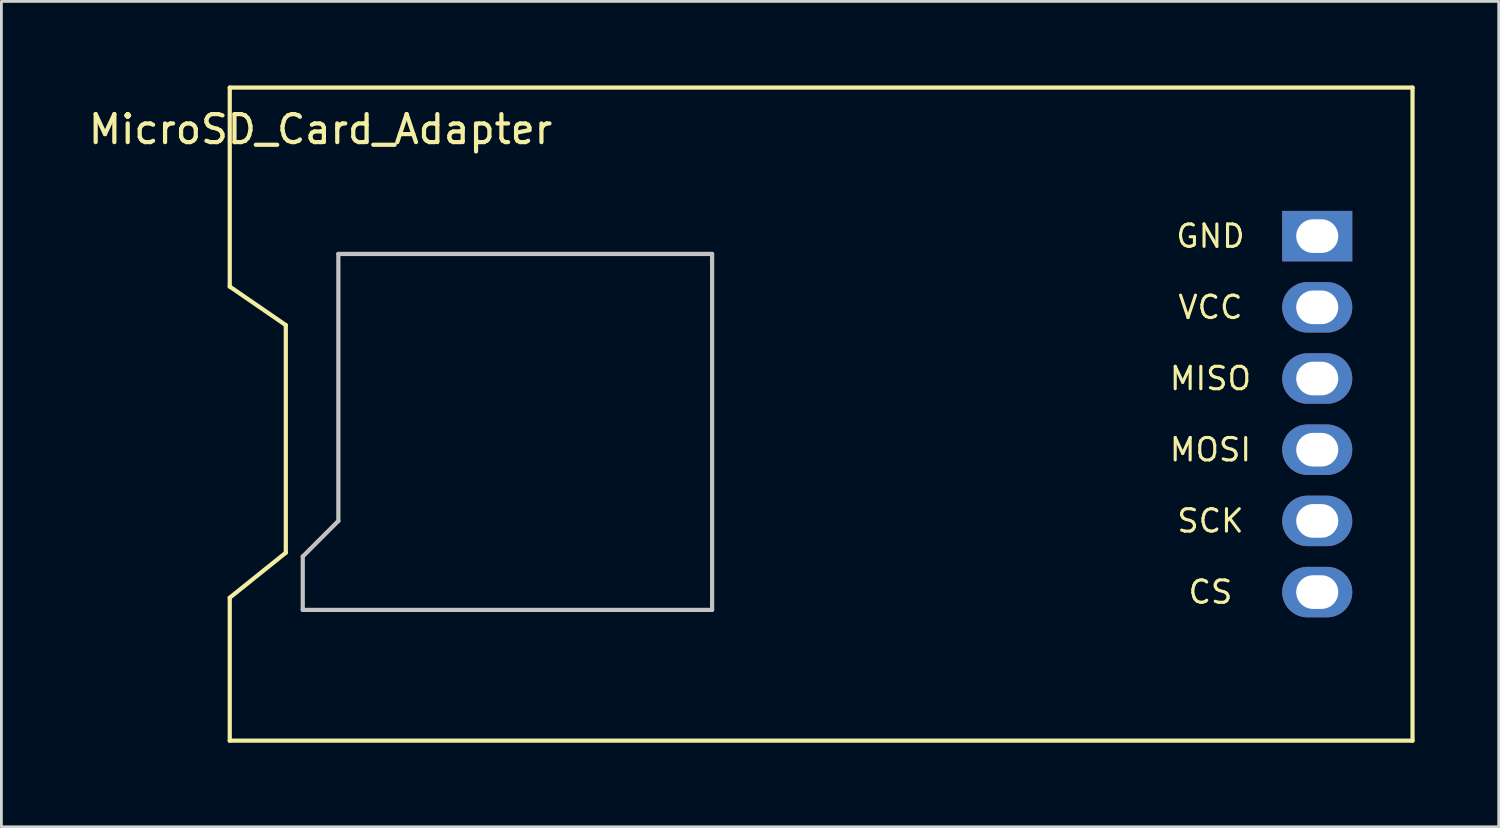
<source format=kicad_pcb>
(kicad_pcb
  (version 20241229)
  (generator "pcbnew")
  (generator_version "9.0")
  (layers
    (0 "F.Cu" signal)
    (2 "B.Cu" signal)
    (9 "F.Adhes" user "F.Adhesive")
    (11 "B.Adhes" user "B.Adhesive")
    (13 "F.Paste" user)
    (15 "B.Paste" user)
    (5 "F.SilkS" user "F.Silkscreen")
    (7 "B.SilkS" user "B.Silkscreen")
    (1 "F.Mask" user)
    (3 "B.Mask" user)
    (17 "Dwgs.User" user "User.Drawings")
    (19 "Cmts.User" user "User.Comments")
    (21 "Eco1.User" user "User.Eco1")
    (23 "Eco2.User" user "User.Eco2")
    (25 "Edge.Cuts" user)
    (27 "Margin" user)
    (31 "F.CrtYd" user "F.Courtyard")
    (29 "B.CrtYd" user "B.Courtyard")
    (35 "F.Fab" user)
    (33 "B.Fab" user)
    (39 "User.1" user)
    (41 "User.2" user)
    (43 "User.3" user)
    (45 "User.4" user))
  (footprint "MicroSD_Card_Adapter"
    (layer "F.Cu")
    (at 43.947 11.725)
    (property "Reference" "MicroSD_Card_Adapter" (at -35.56 -10.16 0) (layer "F.SilkS") (effects (font (size 1 1) (thickness 0.15))))
    (attr through_hole)
    (fp_line (start -38.8 -11.65) (end -38.8 -4.55) (stroke (width 0.15) (type solid)) (layer "F.SilkS"))
    (fp_line (start -38.8 -4.55) (end -36.8 -3.175) (stroke (width 0.15) (type solid)) (layer "F.SilkS"))
    (fp_line (start -38.8 6.55) (end -36.8 4.945) (stroke (width 0.15) (type solid)) (layer "F.SilkS"))
    (fp_line (start -38.8 11.65) (end -38.8 6.55) (stroke (width 0.15) (type solid)) (layer "F.SilkS"))
    (fp_line (start -36.8 4.945) (end -36.8 -3.175) (stroke (width 0.15) (type solid)) (layer "F.SilkS"))
    (fp_line (start 3.4 -11.65) (end -38.8 -11.65) (stroke (width 0.15) (type solid)) (layer "F.SilkS"))
    (fp_line (start 3.4 -11.65) (end 3.4 11.65) (stroke (width 0.15) (type solid)) (layer "F.SilkS"))
    (fp_line (start 3.4 11.65) (end -38.8 11.65) (stroke (width 0.15) (type solid)) (layer "F.SilkS"))
    (fp_line (start -36.195 5.08) (end -36.195 6.985) (stroke (width 0.15) (type solid)) (layer "Dwgs.User"))
    (fp_line (start -36.195 6.985) (end -21.59 6.985) (stroke (width 0.15) (type solid)) (layer "Dwgs.User"))
    (fp_line (start -34.925 -5.715) (end -34.925 3.81) (stroke (width 0.15) (type solid)) (layer "Dwgs.User"))
    (fp_line (start -34.925 3.81) (end -36.195 5.08) (stroke (width 0.15) (type solid)) (layer "Dwgs.User"))
    (fp_line (start -21.59 -5.715) (end -34.925 -5.715) (stroke (width 0.15) (type solid)) (layer "Dwgs.User"))
    (fp_line (start -21.59 6.985) (end -21.59 -5.715) (stroke (width 0.15) (type solid)) (layer "Dwgs.User"))
    (fp_text user "CS" (at -3.81 6.35 0) (layer "F.SilkS") (effects (font (size 0.8 0.8) (thickness 0.11))))
    (fp_text user "SCK" (at -3.81 3.81 0) (layer "F.SilkS") (effects (font (size 0.8 0.8) (thickness 0.11))))
    (fp_text user "VCC" (at -3.81 -3.81 0) (layer "F.SilkS") (effects (font (size 0.8 0.8) (thickness 0.11))))
    (fp_text user "MISO" (at -3.81 -1.27 0) (layer "F.SilkS") (effects (font (size 0.8 0.8) (thickness 0.11))))
    (fp_text user "GND" (at -3.81 -6.35 0) (layer "F.SilkS") (effects (font (size 0.8 0.8) (thickness 0.11))))
    (fp_text user "MOSI" (at -3.81 1.27 0) (layer "F.SilkS") (effects (font (size 0.8 0.8) (thickness 0.11))))
    (pad "1" thru_hole oval (at 0 6.35) (size 2.5 1.8) (drill oval 1.5 1.2) (layers "*.Cu" "*.Mask"))
    (pad "2" thru_hole oval (at 0 3.81) (size 2.5 1.8) (drill oval 1.5 1.2) (layers "*.Cu" "*.Mask"))
    (pad "3" thru_hole oval (at 0 1.27) (size 2.5 1.8) (drill oval 1.5 1.2) (layers "*.Cu" "*.Mask"))
    (pad "4" thru_hole oval (at 0 -1.27) (size 2.5 1.8) (drill oval 1.5 1.2) (layers "*.Cu" "*.Mask"))
    (pad "5" thru_hole oval (at 0 -3.81) (size 2.5 1.8) (drill oval 1.5 1.2) (layers "*.Cu" "*.Mask"))
    (pad "6" thru_hole rect (at 0 -6.35) (size 2.5 1.8) (drill oval 1.5 1.2) (layers "*.Cu" "*.Mask")))
  (gr_rect
    (start -3 -3)
    (end 50.422 26.45)
    (stroke (width 0.1) (type default))
    (fill no)
    (layer "Edge.Cuts")))
</source>
